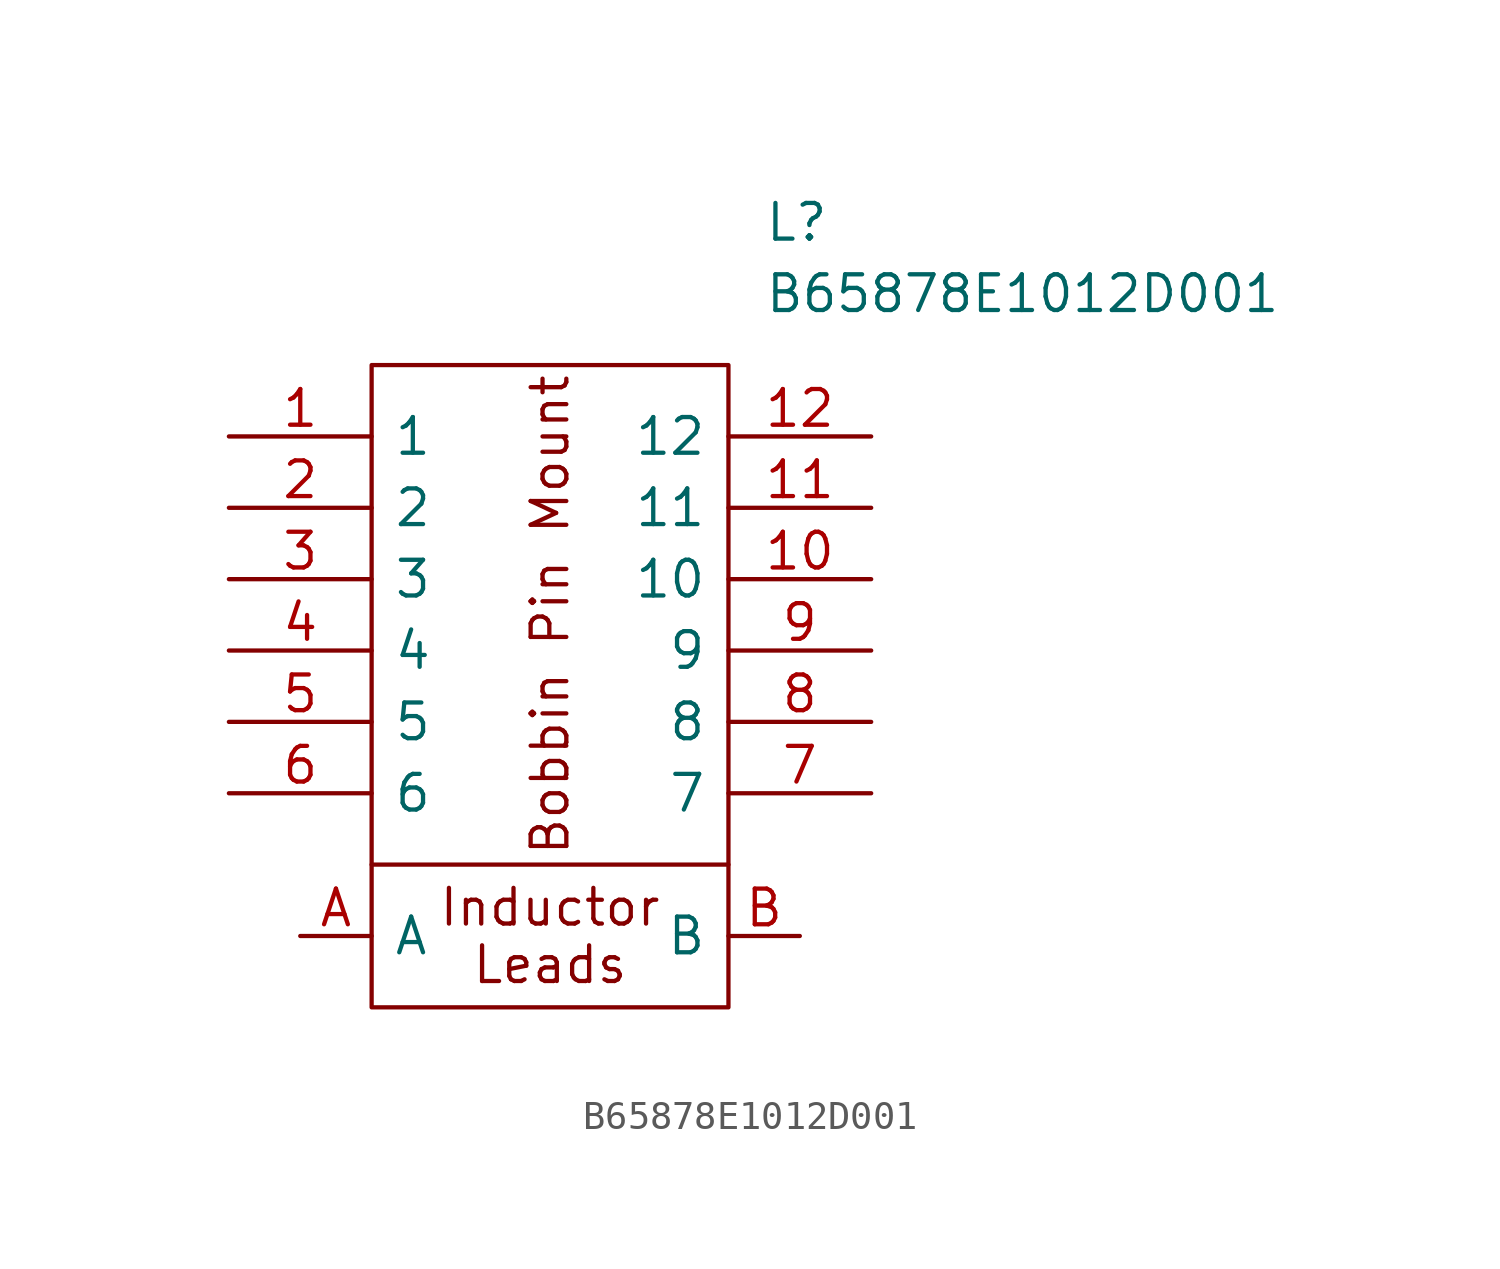
<source format=kicad_sym>
(kicad_symbol_lib
  (version 20220914)
  (generator kicad_symbol_editor)
  (symbol "B65878E1012D001"
    (pin_names
      (offset 0.762))
    (property "Reference" "L"
      (at 19.05 7.62 0)
      (effects (font (size 1.27 1.27)) (justify left)))
    (property "Value" "B65878E1012D001"
      (at 19.05 5.08 0)
      (effects (font (size 1.27 1.27)) (justify left)))
    (symbol "B65878E1012D001_0_0"
      (pin passive line (at 0 0 0) (length 5.08) (name "1" (effects (font (size 1.27 1.27)))) (number "1" (effects (font (size 1.27 1.27)))))
      (pin passive line (at 22.86 -5.08 180) (length 5.08) (name "10" (effects (font (size 1.27 1.27)))) (number "10" (effects (font (size 1.27 1.27)))))
      (pin passive line (at 22.86 -2.54 180) (length 5.08) (name "11" (effects (font (size 1.27 1.27)))) (number "11" (effects (font (size 1.27 1.27)))))
      (pin passive line (at 22.86 0 180) (length 5.08) (name "12" (effects (font (size 1.27 1.27)))) (number "12" (effects (font (size 1.27 1.27)))))
      (pin passive line (at 0 -2.54 0) (length 5.08) (name "2" (effects (font (size 1.27 1.27)))) (number "2" (effects (font (size 1.27 1.27)))))
      (pin passive line (at 0 -5.08 0) (length 5.08) (name "3" (effects (font (size 1.27 1.27)))) (number "3" (effects (font (size 1.27 1.27)))))
      (pin passive line (at 0 -7.62 0) (length 5.08) (name "4" (effects (font (size 1.27 1.27)))) (number "4" (effects (font (size 1.27 1.27)))))
      (pin passive line (at 0 -10.16 0) (length 5.08) (name "5" (effects (font (size 1.27 1.27)))) (number "5" (effects (font (size 1.27 1.27)))))
      (pin passive line (at 0 -12.7 0) (length 5.08) (name "6" (effects (font (size 1.27 1.27)))) (number "6" (effects (font (size 1.27 1.27)))))
      (pin passive line (at 22.86 -12.7 180) (length 5.08) (name "7" (effects (font (size 1.27 1.27)))) (number "7" (effects (font (size 1.27 1.27)))))
      (pin passive line (at 22.86 -10.16 180) (length 5.08) (name "8" (effects (font (size 1.27 1.27)))) (number "8" (effects (font (size 1.27 1.27)))))
      (pin passive line (at 22.86 -7.62 180) (length 5.08) (name "9" (effects (font (size 1.27 1.27)))) (number "9" (effects (font (size 1.27 1.27))))))
    (symbol "B65878E1012D001_0_1"
      (polyline (pts (xy 5.08 -15.24) (xy 17.78 -15.24)) (stroke (width 0) (type default)) (fill (type none)))
      (polyline (pts (xy 5.08 2.54) (xy 17.78 2.54) (xy 17.78 -20.32) (xy 5.08 -20.32) (xy 5.08 2.54)) (stroke (width 0.152) (type solid)) (fill (type none)))
      (text "Bobbin Pin Mount" (at 11.43 -6.35 900) (effects (font (size 1.27 1.27))))
      (text "Inductor\nLeads" (at 11.43 -17.78 0) (effects (font (size 1.27 1.27)))))
    (symbol "B65878E1012D001_1_1"
      (pin input line (at 2.54 -17.78 0) (length 2.54) (name "A" (effects (font (size 1.27 1.27)))) (number "A" (effects (font (size 1.27 1.27)))))
      (pin input line (at 20.32 -17.78 180) (length 2.54) (name "B" (effects (font (size 1.27 1.27)))) (number "B" (effects (font (size 1.27 1.27))))))))
</source>
